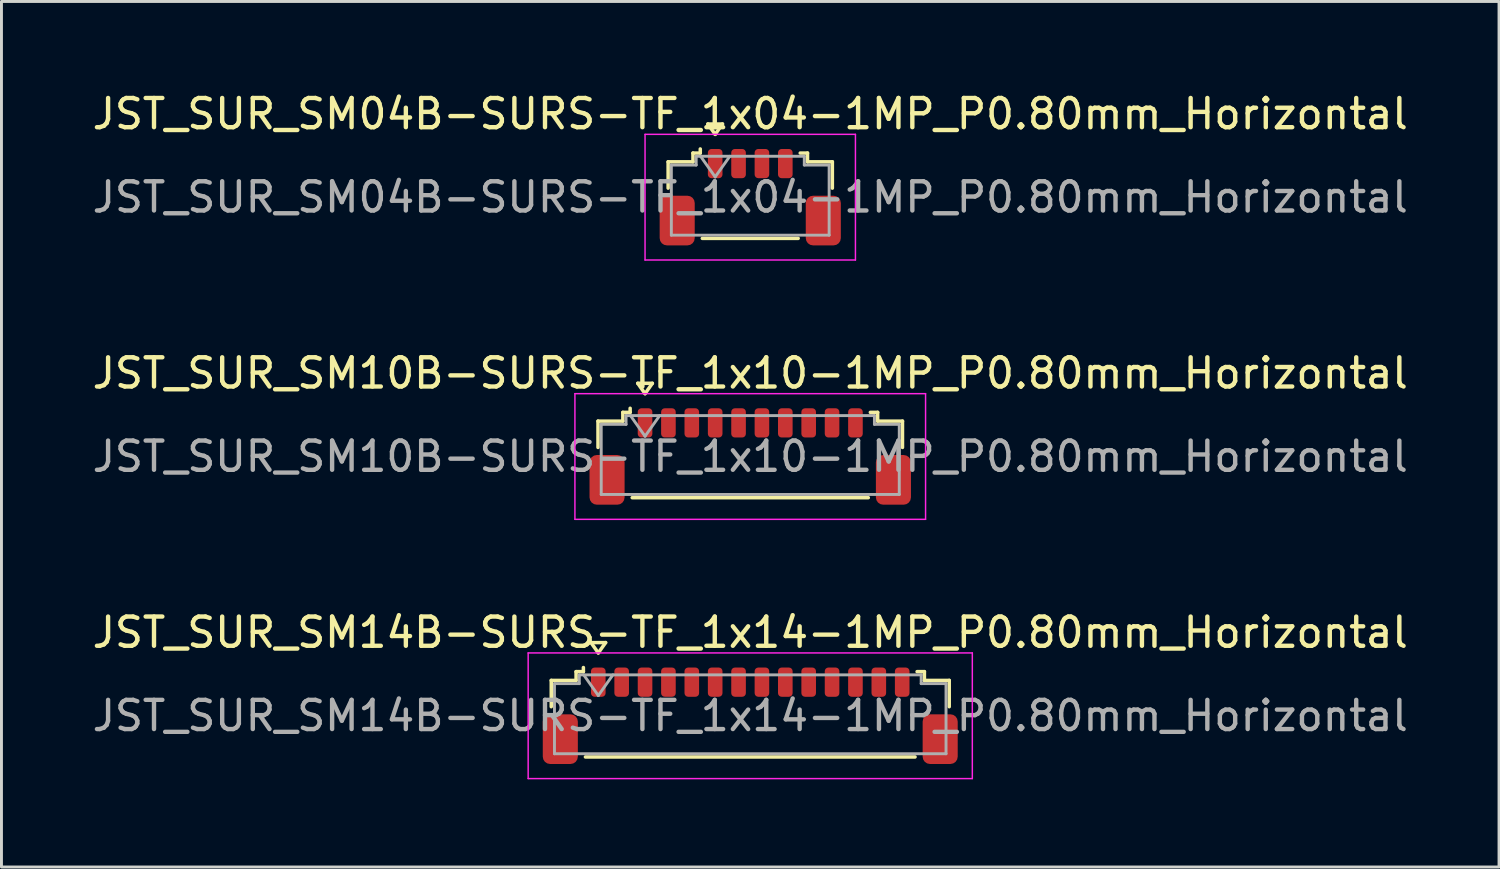
<source format=kicad_pcb>
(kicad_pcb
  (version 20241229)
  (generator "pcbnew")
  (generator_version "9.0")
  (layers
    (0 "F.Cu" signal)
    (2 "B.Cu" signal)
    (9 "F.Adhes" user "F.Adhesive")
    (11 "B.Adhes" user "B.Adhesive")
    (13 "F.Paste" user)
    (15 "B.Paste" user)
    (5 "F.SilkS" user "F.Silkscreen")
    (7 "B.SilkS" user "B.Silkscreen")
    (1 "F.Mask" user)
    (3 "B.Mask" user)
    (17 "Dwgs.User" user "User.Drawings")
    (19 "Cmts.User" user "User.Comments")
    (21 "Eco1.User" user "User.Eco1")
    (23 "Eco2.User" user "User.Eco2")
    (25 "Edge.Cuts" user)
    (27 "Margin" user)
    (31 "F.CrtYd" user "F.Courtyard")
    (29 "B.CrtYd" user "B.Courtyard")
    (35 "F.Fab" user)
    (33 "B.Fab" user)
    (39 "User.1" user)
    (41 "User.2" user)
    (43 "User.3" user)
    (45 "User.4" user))
  (footprint "JST_SUR_SM04B-SURS-TF_1x04-1MP_P0.80mm_Horizontal"
    (layer "F.Cu")
    (at 22.625 3.698)
    (property "Reference" "JST_SUR_SM04B-SURS-TF_1x04-1MP_P0.80mm_Horizontal" (at 0 -2.85 0) (layer "F.SilkS") (effects (font (size 1 1) (thickness 0.15))))
    (attr smd)
    (fp_line (start -2.81 -1.21) (end -1.96 -1.21) (stroke (width 0.12) (type solid)) (layer "F.SilkS"))
    (fp_line (start -2.81 -0.31) (end -2.81 -1.21) (stroke (width 0.12) (type solid)) (layer "F.SilkS"))
    (fp_line (start -1.96 -1.51) (end -1.71 -1.51) (stroke (width 0.12) (type solid)) (layer "F.SilkS"))
    (fp_line (start -1.96 -1.21) (end -1.96 -1.51) (stroke (width 0.12) (type solid)) (layer "F.SilkS"))
    (fp_line (start -1.71 -1.51) (end -1.71 -1.65) (stroke (width 0.12) (type solid)) (layer "F.SilkS"))
    (fp_line (start -1.64 1.41) (end 1.64 1.41) (stroke (width 0.12) (type solid)) (layer "F.SilkS"))
    (fp_line (start -1.45 -2.504) (end -1.2 -2.15) (stroke (width 0.12) (type solid)) (layer "F.SilkS"))
    (fp_line (start -1.2 -2.15) (end -0.95 -2.504) (stroke (width 0.12) (type solid)) (layer "F.SilkS"))
    (fp_line (start -0.95 -2.504) (end -1.45 -2.504) (stroke (width 0.12) (type solid)) (layer "F.SilkS"))
    (fp_line (start 1.96 -1.51) (end 1.71 -1.51) (stroke (width 0.12) (type solid)) (layer "F.SilkS"))
    (fp_line (start 1.96 -1.21) (end 1.96 -1.51) (stroke (width 0.12) (type solid)) (layer "F.SilkS"))
    (fp_line (start 2.81 -1.21) (end 1.96 -1.21) (stroke (width 0.12) (type solid)) (layer "F.SilkS"))
    (fp_line (start 2.81 -0.31) (end 2.81 -1.21) (stroke (width 0.12) (type solid)) (layer "F.SilkS"))
    (fp_line (start -3.6 -2.15) (end -3.6 2.15) (stroke (width 0.05) (type solid)) (layer "F.CrtYd"))
    (fp_line (start -3.6 2.15) (end 3.6 2.15) (stroke (width 0.05) (type solid)) (layer "F.CrtYd"))
    (fp_line (start 3.6 -2.15) (end -3.6 -2.15) (stroke (width 0.05) (type solid)) (layer "F.CrtYd"))
    (fp_line (start 3.6 2.15) (end 3.6 -2.15) (stroke (width 0.05) (type solid)) (layer "F.CrtYd"))
    (fp_line (start -2.7 -1.1) (end -2.7 1.3) (stroke (width 0.1) (type solid)) (layer "F.Fab"))
    (fp_line (start -2.7 -1.1) (end -1.85 -1.1) (stroke (width 0.1) (type solid)) (layer "F.Fab"))
    (fp_line (start -2.7 1.3) (end 2.7 1.3) (stroke (width 0.1) (type solid)) (layer "F.Fab"))
    (fp_line (start -1.85 -1.4) (end 1.85 -1.4) (stroke (width 0.1) (type solid)) (layer "F.Fab"))
    (fp_line (start -1.85 -1.1) (end -1.85 -1.4) (stroke (width 0.1) (type solid)) (layer "F.Fab"))
    (fp_line (start -1.7 -1.4) (end -1.2 -0.693) (stroke (width 0.1) (type solid)) (layer "F.Fab"))
    (fp_line (start -1.2 -0.693) (end -0.7 -1.4) (stroke (width 0.1) (type solid)) (layer "F.Fab"))
    (fp_line (start 1.85 -1.4) (end 1.85 -1.1) (stroke (width 0.1) (type solid)) (layer "F.Fab"))
    (fp_line (start 1.85 -1.1) (end 2.7 -1.1) (stroke (width 0.1) (type solid)) (layer "F.Fab"))
    (fp_line (start 2.7 -1.1) (end 2.7 1.3) (stroke (width 0.1) (type solid)) (layer "F.Fab"))
    (fp_text user "${REFERENCE}" (at 0 0 0) (layer "F.Fab") (effects (font (size 1 1) (thickness 0.15))))
    (pad "1" smd roundrect (at -1.2 -1.15) (size 0.5 1) (layers "F.Cu" "F.Mask" "F.Paste") (roundrect_rratio 0.25))
    (pad "2" smd roundrect (at -0.4 -1.15) (size 0.5 1) (layers "F.Cu" "F.Mask" "F.Paste") (roundrect_rratio 0.25))
    (pad "3" smd roundrect (at 0.4 -1.15) (size 0.5 1) (layers "F.Cu" "F.Mask" "F.Paste") (roundrect_rratio 0.25))
    (pad "4" smd roundrect (at 1.2 -1.15) (size 0.5 1) (layers "F.Cu" "F.Mask" "F.Paste") (roundrect_rratio 0.25))
    (pad "MP" smd roundrect (at -2.5 0.8) (size 1.2 1.7) (layers "F.Cu" "F.Mask" "F.Paste") (roundrect_rratio 0.208))
    (pad "MP" smd roundrect (at 2.5 0.8) (size 1.2 1.7) (layers "F.Cu" "F.Mask" "F.Paste") (roundrect_rratio 0.208)))
  (footprint "JST_SUR_SM10B-SURS-TF_1x10-1MP_P0.80mm_Horizontal"
    (layer "F.Cu")
    (at 22.625 12.572)
    (property "Reference" "JST_SUR_SM10B-SURS-TF_1x10-1MP_P0.80mm_Horizontal" (at 0 -2.85 0) (layer "F.SilkS") (effects (font (size 1 1) (thickness 0.15))))
    (attr smd)
    (fp_line (start -5.21 -1.21) (end -4.36 -1.21) (stroke (width 0.12) (type solid)) (layer "F.SilkS"))
    (fp_line (start -5.21 -0.31) (end -5.21 -1.21) (stroke (width 0.12) (type solid)) (layer "F.SilkS"))
    (fp_line (start -4.36 -1.51) (end -4.11 -1.51) (stroke (width 0.12) (type solid)) (layer "F.SilkS"))
    (fp_line (start -4.36 -1.21) (end -4.36 -1.51) (stroke (width 0.12) (type solid)) (layer "F.SilkS"))
    (fp_line (start -4.11 -1.51) (end -4.11 -1.65) (stroke (width 0.12) (type solid)) (layer "F.SilkS"))
    (fp_line (start -4.04 1.41) (end 4.04 1.41) (stroke (width 0.12) (type solid)) (layer "F.SilkS"))
    (fp_line (start -3.85 -2.504) (end -3.6 -2.15) (stroke (width 0.12) (type solid)) (layer "F.SilkS"))
    (fp_line (start -3.6 -2.15) (end -3.35 -2.504) (stroke (width 0.12) (type solid)) (layer "F.SilkS"))
    (fp_line (start -3.35 -2.504) (end -3.85 -2.504) (stroke (width 0.12) (type solid)) (layer "F.SilkS"))
    (fp_line (start 4.36 -1.51) (end 4.11 -1.51) (stroke (width 0.12) (type solid)) (layer "F.SilkS"))
    (fp_line (start 4.36 -1.21) (end 4.36 -1.51) (stroke (width 0.12) (type solid)) (layer "F.SilkS"))
    (fp_line (start 5.21 -1.21) (end 4.36 -1.21) (stroke (width 0.12) (type solid)) (layer "F.SilkS"))
    (fp_line (start 5.21 -0.31) (end 5.21 -1.21) (stroke (width 0.12) (type solid)) (layer "F.SilkS"))
    (fp_line (start -6 -2.15) (end -6 2.15) (stroke (width 0.05) (type solid)) (layer "F.CrtYd"))
    (fp_line (start -6 2.15) (end 6 2.15) (stroke (width 0.05) (type solid)) (layer "F.CrtYd"))
    (fp_line (start 6 -2.15) (end -6 -2.15) (stroke (width 0.05) (type solid)) (layer "F.CrtYd"))
    (fp_line (start 6 2.15) (end 6 -2.15) (stroke (width 0.05) (type solid)) (layer "F.CrtYd"))
    (fp_line (start -5.1 -1.1) (end -5.1 1.3) (stroke (width 0.1) (type solid)) (layer "F.Fab"))
    (fp_line (start -5.1 -1.1) (end -4.25 -1.1) (stroke (width 0.1) (type solid)) (layer "F.Fab"))
    (fp_line (start -5.1 1.3) (end 5.1 1.3) (stroke (width 0.1) (type solid)) (layer "F.Fab"))
    (fp_line (start -4.25 -1.4) (end 4.25 -1.4) (stroke (width 0.1) (type solid)) (layer "F.Fab"))
    (fp_line (start -4.25 -1.1) (end -4.25 -1.4) (stroke (width 0.1) (type solid)) (layer "F.Fab"))
    (fp_line (start -4.1 -1.4) (end -3.6 -0.693) (stroke (width 0.1) (type solid)) (layer "F.Fab"))
    (fp_line (start -3.6 -0.693) (end -3.1 -1.4) (stroke (width 0.1) (type solid)) (layer "F.Fab"))
    (fp_line (start 4.25 -1.4) (end 4.25 -1.1) (stroke (width 0.1) (type solid)) (layer "F.Fab"))
    (fp_line (start 4.25 -1.1) (end 5.1 -1.1) (stroke (width 0.1) (type solid)) (layer "F.Fab"))
    (fp_line (start 5.1 -1.1) (end 5.1 1.3) (stroke (width 0.1) (type solid)) (layer "F.Fab"))
    (fp_text user "${REFERENCE}" (at 0 0 0) (layer "F.Fab") (effects (font (size 1 1) (thickness 0.15))))
    (pad "1" smd roundrect (at -3.6 -1.15) (size 0.5 1) (layers "F.Cu" "F.Mask" "F.Paste") (roundrect_rratio 0.25))
    (pad "2" smd roundrect (at -2.8 -1.15) (size 0.5 1) (layers "F.Cu" "F.Mask" "F.Paste") (roundrect_rratio 0.25))
    (pad "3" smd roundrect (at -2 -1.15) (size 0.5 1) (layers "F.Cu" "F.Mask" "F.Paste") (roundrect_rratio 0.25))
    (pad "4" smd roundrect (at -1.2 -1.15) (size 0.5 1) (layers "F.Cu" "F.Mask" "F.Paste") (roundrect_rratio 0.25))
    (pad "5" smd roundrect (at -0.4 -1.15) (size 0.5 1) (layers "F.Cu" "F.Mask" "F.Paste") (roundrect_rratio 0.25))
    (pad "6" smd roundrect (at 0.4 -1.15) (size 0.5 1) (layers "F.Cu" "F.Mask" "F.Paste") (roundrect_rratio 0.25))
    (pad "7" smd roundrect (at 1.2 -1.15) (size 0.5 1) (layers "F.Cu" "F.Mask" "F.Paste") (roundrect_rratio 0.25))
    (pad "8" smd roundrect (at 2 -1.15) (size 0.5 1) (layers "F.Cu" "F.Mask" "F.Paste") (roundrect_rratio 0.25))
    (pad "9" smd roundrect (at 2.8 -1.15) (size 0.5 1) (layers "F.Cu" "F.Mask" "F.Paste") (roundrect_rratio 0.25))
    (pad "10" smd roundrect (at 3.6 -1.15) (size 0.5 1) (layers "F.Cu" "F.Mask" "F.Paste") (roundrect_rratio 0.25))
    (pad "MP" smd roundrect (at -4.9 0.8) (size 1.2 1.7) (layers "F.Cu" "F.Mask" "F.Paste") (roundrect_rratio 0.208))
    (pad "MP" smd roundrect (at 4.9 0.8) (size 1.2 1.7) (layers "F.Cu" "F.Mask" "F.Paste") (roundrect_rratio 0.208)))
  (footprint "JST_SUR_SM14B-SURS-TF_1x14-1MP_P0.80mm_Horizontal"
    (layer "F.Cu")
    (at 22.625 21.445)
    (property "Reference" "JST_SUR_SM14B-SURS-TF_1x14-1MP_P0.80mm_Horizontal" (at 0 -2.85 0) (layer "F.SilkS") (effects (font (size 1 1) (thickness 0.15))))
    (attr smd)
    (fp_line (start -6.81 -1.21) (end -5.96 -1.21) (stroke (width 0.12) (type solid)) (layer "F.SilkS"))
    (fp_line (start -6.81 -0.31) (end -6.81 -1.21) (stroke (width 0.12) (type solid)) (layer "F.SilkS"))
    (fp_line (start -5.96 -1.51) (end -5.71 -1.51) (stroke (width 0.12) (type solid)) (layer "F.SilkS"))
    (fp_line (start -5.96 -1.21) (end -5.96 -1.51) (stroke (width 0.12) (type solid)) (layer "F.SilkS"))
    (fp_line (start -5.71 -1.51) (end -5.71 -1.65) (stroke (width 0.12) (type solid)) (layer "F.SilkS"))
    (fp_line (start -5.64 1.41) (end 5.64 1.41) (stroke (width 0.12) (type solid)) (layer "F.SilkS"))
    (fp_line (start -5.45 -2.504) (end -5.2 -2.15) (stroke (width 0.12) (type solid)) (layer "F.SilkS"))
    (fp_line (start -5.2 -2.15) (end -4.95 -2.504) (stroke (width 0.12) (type solid)) (layer "F.SilkS"))
    (fp_line (start -4.95 -2.504) (end -5.45 -2.504) (stroke (width 0.12) (type solid)) (layer "F.SilkS"))
    (fp_line (start 5.96 -1.51) (end 5.71 -1.51) (stroke (width 0.12) (type solid)) (layer "F.SilkS"))
    (fp_line (start 5.96 -1.21) (end 5.96 -1.51) (stroke (width 0.12) (type solid)) (layer "F.SilkS"))
    (fp_line (start 6.81 -1.21) (end 5.96 -1.21) (stroke (width 0.12) (type solid)) (layer "F.SilkS"))
    (fp_line (start 6.81 -0.31) (end 6.81 -1.21) (stroke (width 0.12) (type solid)) (layer "F.SilkS"))
    (fp_line (start -7.6 -2.15) (end -7.6 2.15) (stroke (width 0.05) (type solid)) (layer "F.CrtYd"))
    (fp_line (start -7.6 2.15) (end 7.6 2.15) (stroke (width 0.05) (type solid)) (layer "F.CrtYd"))
    (fp_line (start 7.6 -2.15) (end -7.6 -2.15) (stroke (width 0.05) (type solid)) (layer "F.CrtYd"))
    (fp_line (start 7.6 2.15) (end 7.6 -2.15) (stroke (width 0.05) (type solid)) (layer "F.CrtYd"))
    (fp_line (start -6.7 -1.1) (end -6.7 1.3) (stroke (width 0.1) (type solid)) (layer "F.Fab"))
    (fp_line (start -6.7 -1.1) (end -5.85 -1.1) (stroke (width 0.1) (type solid)) (layer "F.Fab"))
    (fp_line (start -6.7 1.3) (end 6.7 1.3) (stroke (width 0.1) (type solid)) (layer "F.Fab"))
    (fp_line (start -5.85 -1.4) (end 5.85 -1.4) (stroke (width 0.1) (type solid)) (layer "F.Fab"))
    (fp_line (start -5.85 -1.1) (end -5.85 -1.4) (stroke (width 0.1) (type solid)) (layer "F.Fab"))
    (fp_line (start -5.7 -1.4) (end -5.2 -0.693) (stroke (width 0.1) (type solid)) (layer "F.Fab"))
    (fp_line (start -5.2 -0.693) (end -4.7 -1.4) (stroke (width 0.1) (type solid)) (layer "F.Fab"))
    (fp_line (start 5.85 -1.4) (end 5.85 -1.1) (stroke (width 0.1) (type solid)) (layer "F.Fab"))
    (fp_line (start 5.85 -1.1) (end 6.7 -1.1) (stroke (width 0.1) (type solid)) (layer "F.Fab"))
    (fp_line (start 6.7 -1.1) (end 6.7 1.3) (stroke (width 0.1) (type solid)) (layer "F.Fab"))
    (fp_text user "${REFERENCE}" (at 0 0 0) (layer "F.Fab") (effects (font (size 1 1) (thickness 0.15))))
    (pad "1" smd roundrect (at -5.2 -1.15) (size 0.5 1) (layers "F.Cu" "F.Mask" "F.Paste") (roundrect_rratio 0.25))
    (pad "2" smd roundrect (at -4.4 -1.15) (size 0.5 1) (layers "F.Cu" "F.Mask" "F.Paste") (roundrect_rratio 0.25))
    (pad "3" smd roundrect (at -3.6 -1.15) (size 0.5 1) (layers "F.Cu" "F.Mask" "F.Paste") (roundrect_rratio 0.25))
    (pad "4" smd roundrect (at -2.8 -1.15) (size 0.5 1) (layers "F.Cu" "F.Mask" "F.Paste") (roundrect_rratio 0.25))
    (pad "5" smd roundrect (at -2 -1.15) (size 0.5 1) (layers "F.Cu" "F.Mask" "F.Paste") (roundrect_rratio 0.25))
    (pad "6" smd roundrect (at -1.2 -1.15) (size 0.5 1) (layers "F.Cu" "F.Mask" "F.Paste") (roundrect_rratio 0.25))
    (pad "7" smd roundrect (at -0.4 -1.15) (size 0.5 1) (layers "F.Cu" "F.Mask" "F.Paste") (roundrect_rratio 0.25))
    (pad "8" smd roundrect (at 0.4 -1.15) (size 0.5 1) (layers "F.Cu" "F.Mask" "F.Paste") (roundrect_rratio 0.25))
    (pad "9" smd roundrect (at 1.2 -1.15) (size 0.5 1) (layers "F.Cu" "F.Mask" "F.Paste") (roundrect_rratio 0.25))
    (pad "10" smd roundrect (at 2 -1.15) (size 0.5 1) (layers "F.Cu" "F.Mask" "F.Paste") (roundrect_rratio 0.25))
    (pad "11" smd roundrect (at 2.8 -1.15) (size 0.5 1) (layers "F.Cu" "F.Mask" "F.Paste") (roundrect_rratio 0.25))
    (pad "12" smd roundrect (at 3.6 -1.15) (size 0.5 1) (layers "F.Cu" "F.Mask" "F.Paste") (roundrect_rratio 0.25))
    (pad "13" smd roundrect (at 4.4 -1.15) (size 0.5 1) (layers "F.Cu" "F.Mask" "F.Paste") (roundrect_rratio 0.25))
    (pad "14" smd roundrect (at 5.2 -1.15) (size 0.5 1) (layers "F.Cu" "F.Mask" "F.Paste") (roundrect_rratio 0.25))
    (pad "MP" smd roundrect (at -6.5 0.8) (size 1.2 1.7) (layers "F.Cu" "F.Mask" "F.Paste") (roundrect_rratio 0.208))
    (pad "MP" smd roundrect (at 6.5 0.8) (size 1.2 1.7) (layers "F.Cu" "F.Mask" "F.Paste") (roundrect_rratio 0.208)))
  (gr_rect
    (start -3 -3)
    (end 48.25 26.62)
    (stroke (width 0.1) (type default))
    (fill no)
    (layer "Edge.Cuts")))
</source>
